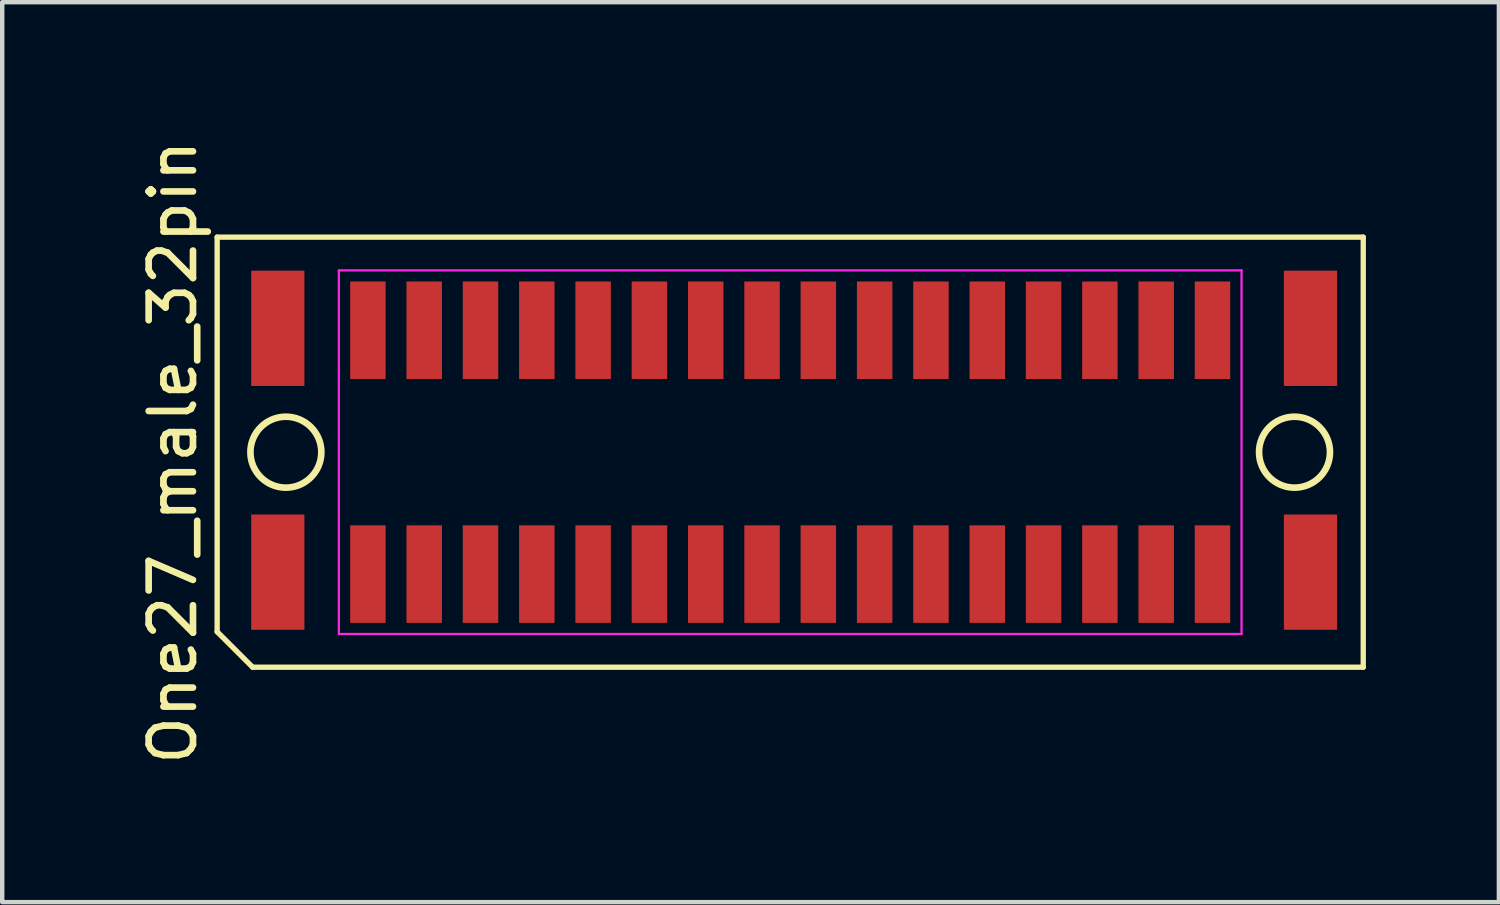
<source format=kicad_pcb>
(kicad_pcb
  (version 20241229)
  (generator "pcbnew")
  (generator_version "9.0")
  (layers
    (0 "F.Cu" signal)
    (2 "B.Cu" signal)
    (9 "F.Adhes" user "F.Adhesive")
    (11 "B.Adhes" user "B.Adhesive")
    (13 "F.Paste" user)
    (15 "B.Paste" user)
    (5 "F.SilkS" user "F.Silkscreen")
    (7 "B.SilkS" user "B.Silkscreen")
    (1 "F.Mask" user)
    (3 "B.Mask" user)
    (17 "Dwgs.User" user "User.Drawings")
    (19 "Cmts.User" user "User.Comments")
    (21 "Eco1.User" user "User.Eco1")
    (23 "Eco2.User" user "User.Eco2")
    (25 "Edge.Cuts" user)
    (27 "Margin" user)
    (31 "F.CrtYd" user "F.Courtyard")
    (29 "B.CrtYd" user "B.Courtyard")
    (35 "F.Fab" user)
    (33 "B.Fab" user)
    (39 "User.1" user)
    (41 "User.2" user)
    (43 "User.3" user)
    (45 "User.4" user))
  (footprint "One27_male_32pin"
    (layer "F.Cu")
    (at 14.773 7.149)
    (property "Reference" "One27_male_32pin" (at -13.925 0 90) (layer "F.SilkS") (effects (font (size 1 1) (thickness 0.15))))
    (attr smd)
    (fp_line (start -12.925 -4.85) (end 12.925 -4.85) (stroke (width 0.12) (type solid)) (layer "F.SilkS"))
    (fp_line (start -12.925 4.05) (end -12.925 -4.85) (stroke (width 0.12) (type solid)) (layer "F.SilkS"))
    (fp_line (start -12.125 4.85) (end -12.925 4.05) (stroke (width 0.12) (type solid)) (layer "F.SilkS"))
    (fp_line (start 12.925 -4.85) (end 12.925 4.85) (stroke (width 0.12) (type solid)) (layer "F.SilkS"))
    (fp_line (start 12.925 4.85) (end -12.125 4.85) (stroke (width 0.12) (type solid)) (layer "F.SilkS"))
    (fp_circle (center -11.375 0) (end -10.575 0) (stroke (width 0.15) (type solid)) (fill no) (layer "F.SilkS"))
    (fp_circle (center 11.375 0) (end 12.175 0) (stroke (width 0.15) (type solid)) (fill no) (layer "F.SilkS"))
    (fp_line (start -10.18 -4.1) (end 10.18 -4.1) (stroke (width 0.05) (type solid)) (layer "F.CrtYd"))
    (fp_line (start -10.18 4.1) (end -10.18 -4.1) (stroke (width 0.05) (type solid)) (layer "F.CrtYd"))
    (fp_line (start 10.18 -4.1) (end 10.18 4.1) (stroke (width 0.05) (type solid)) (layer "F.CrtYd"))
    (fp_line (start 10.18 4.1) (end -10.18 4.1) (stroke (width 0.05) (type solid)) (layer "F.CrtYd"))
    (pad "" smd rect (at -11.557 -2.794) (size 1.2 2.6) (layers "F.Cu" "F.Mask" "F.Paste"))
    (pad "" smd rect (at -11.557 2.706) (size 1.2 2.6) (layers "F.Cu" "F.Mask" "F.Paste"))
    (pad "" smd rect (at 11.735 -2.794) (size 1.2 2.6) (layers "F.Cu" "F.Mask" "F.Paste"))
    (pad "" smd rect (at 11.735 2.706) (size 1.2 2.6) (layers "F.Cu" "F.Mask" "F.Paste"))
    (pad "1" smd rect (at -9.525 2.75) (size 0.8 2.2) (layers "F.Cu" "F.Mask" "F.Paste"))
    (pad "2" smd rect (at -8.255 2.75) (size 0.8 2.2) (layers "F.Cu" "F.Mask" "F.Paste"))
    (pad "3" smd rect (at -6.985 2.75) (size 0.8 2.2) (layers "F.Cu" "F.Mask" "F.Paste"))
    (pad "4" smd rect (at -5.715 2.75) (size 0.8 2.2) (layers "F.Cu" "F.Mask" "F.Paste"))
    (pad "5" smd rect (at -4.445 2.75) (size 0.8 2.2) (layers "F.Cu" "F.Mask" "F.Paste"))
    (pad "6" smd rect (at -3.175 2.75) (size 0.8 2.2) (layers "F.Cu" "F.Mask" "F.Paste"))
    (pad "7" smd rect (at -1.905 2.75) (size 0.8 2.2) (layers "F.Cu" "F.Mask" "F.Paste"))
    (pad "8" smd rect (at -0.635 2.75) (size 0.8 2.2) (layers "F.Cu" "F.Mask" "F.Paste"))
    (pad "9" smd rect (at 0.635 2.75) (size 0.8 2.2) (layers "F.Cu" "F.Mask" "F.Paste"))
    (pad "10" smd rect (at 1.905 2.75) (size 0.8 2.2) (layers "F.Cu" "F.Mask" "F.Paste"))
    (pad "11" smd rect (at 3.175 2.75) (size 0.8 2.2) (layers "F.Cu" "F.Mask" "F.Paste"))
    (pad "12" smd rect (at 4.445 2.75) (size 0.8 2.2) (layers "F.Cu" "F.Mask" "F.Paste"))
    (pad "13" smd rect (at 5.715 2.75) (size 0.8 2.2) (layers "F.Cu" "F.Mask" "F.Paste"))
    (pad "14" smd rect (at 6.985 2.75) (size 0.8 2.2) (layers "F.Cu" "F.Mask" "F.Paste"))
    (pad "15" smd rect (at 8.255 2.75) (size 0.8 2.2) (layers "F.Cu" "F.Mask" "F.Paste"))
    (pad "16" smd rect (at 9.525 2.75) (size 0.8 2.2) (layers "F.Cu" "F.Mask" "F.Paste"))
    (pad "17" smd rect (at 9.525 -2.75) (size 0.8 2.2) (layers "F.Cu" "F.Mask" "F.Paste"))
    (pad "18" smd rect (at 8.255 -2.75) (size 0.8 2.2) (layers "F.Cu" "F.Mask" "F.Paste"))
    (pad "19" smd rect (at 6.985 -2.75) (size 0.8 2.2) (layers "F.Cu" "F.Mask" "F.Paste"))
    (pad "20" smd rect (at 5.715 -2.75) (size 0.8 2.2) (layers "F.Cu" "F.Mask" "F.Paste"))
    (pad "21" smd rect (at 4.445 -2.75) (size 0.8 2.2) (layers "F.Cu" "F.Mask" "F.Paste"))
    (pad "22" smd rect (at 3.175 -2.75) (size 0.8 2.2) (layers "F.Cu" "F.Mask" "F.Paste"))
    (pad "23" smd rect (at 1.905 -2.75) (size 0.8 2.2) (layers "F.Cu" "F.Mask" "F.Paste"))
    (pad "24" smd rect (at 0.635 -2.75) (size 0.8 2.2) (layers "F.Cu" "F.Mask" "F.Paste"))
    (pad "25" smd rect (at -0.635 -2.75) (size 0.8 2.2) (layers "F.Cu" "F.Mask" "F.Paste"))
    (pad "26" smd rect (at -1.905 -2.75) (size 0.8 2.2) (layers "F.Cu" "F.Mask" "F.Paste"))
    (pad "27" smd rect (at -3.175 -2.75) (size 0.8 2.2) (layers "F.Cu" "F.Mask" "F.Paste"))
    (pad "28" smd rect (at -4.445 -2.75) (size 0.8 2.2) (layers "F.Cu" "F.Mask" "F.Paste"))
    (pad "29" smd rect (at -5.715 -2.75) (size 0.8 2.2) (layers "F.Cu" "F.Mask" "F.Paste"))
    (pad "30" smd rect (at -6.985 -2.75) (size 0.8 2.2) (layers "F.Cu" "F.Mask" "F.Paste"))
    (pad "31" smd rect (at -8.255 -2.75) (size 0.8 2.2) (layers "F.Cu" "F.Mask" "F.Paste"))
    (pad "32" smd rect (at -9.525 -2.75) (size 0.8 2.2) (layers "F.Cu" "F.Mask" "F.Paste")))
  (gr_rect
    (start -3 -3)
    (end 30.758 17.298)
    (stroke (width 0.1) (type default))
    (fill no)
    (layer "Edge.Cuts")))
</source>
